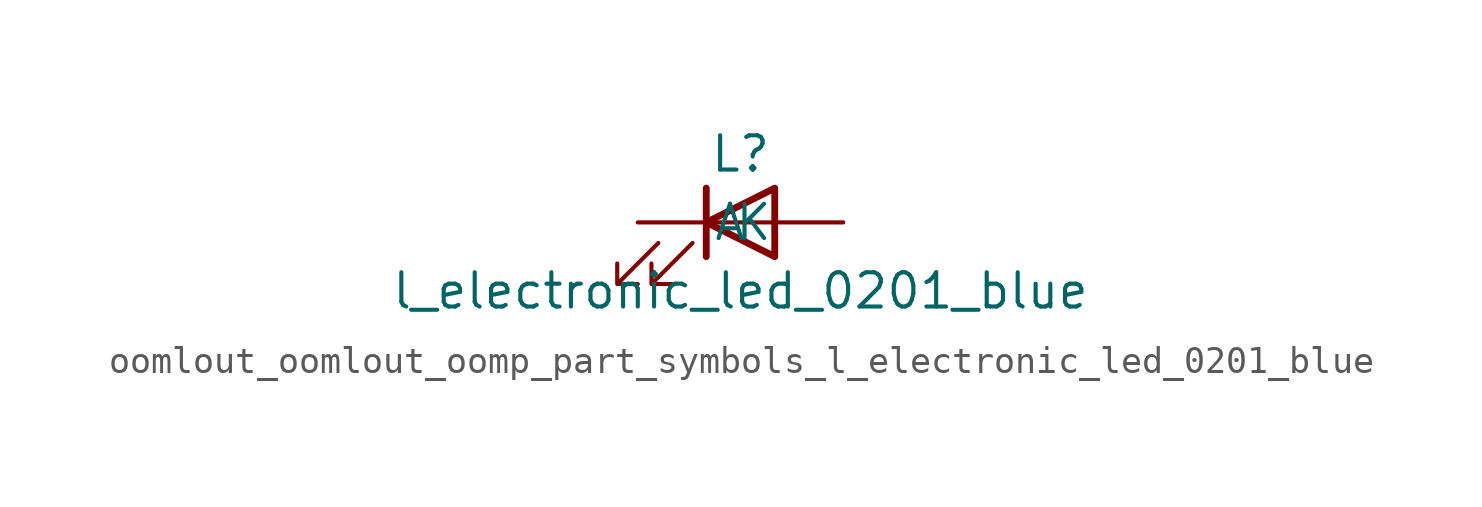
<source format=kicad_sym>
(kicad_symbol_lib
  (version 20220914)
  (generator kicad_symbol_editor)
  (symbol "oomlout_oomlout_oomp_part_symbols_l_electronic_led_0201_blue"
    (pin_numbers hide)
    (pin_names
      (offset 1.016))
    (property "Reference" "L"
      (at 0 2.54 0)
      (effects (font (size 1.27 1.27))))
    (property "Value" "l_electronic_led_0201_blue"
      (at 0 -2.54 0)
      (effects (font (size 1.27 1.27))))
    (symbol "oomlout_oomlout_oomp_part_symbols_l_electronic_led_0201_blue_0_1"
      (polyline (pts (xy -1.27 -1.27) (xy -1.27 1.27)) (stroke (width 0.254) (type default)) (fill (type none)))
      (polyline (pts (xy -1.27 0) (xy 1.27 0)) (stroke (width 0) (type default)) (fill (type none)))
      (polyline (pts (xy 1.27 -1.27) (xy 1.27 1.27) (xy -1.27 0) (xy 1.27 -1.27)) (stroke (width 0.254) (type default)) (fill (type none)))
      (polyline (pts (xy -3.048 -0.762) (xy -4.572 -2.286) (xy -3.81 -2.286) (xy -4.572 -2.286) (xy -4.572 -1.524)) (stroke (width 0) (type default)) (fill (type none)))
      (polyline (pts (xy -1.778 -0.762) (xy -3.302 -2.286) (xy -2.54 -2.286) (xy -3.302 -2.286) (xy -3.302 -1.524)) (stroke (width 0) (type default)) (fill (type none))))
    (symbol "oomlout_oomlout_oomp_part_symbols_l_electronic_led_0201_blue_1_1"
      (pin passive line (at -3.81 0 0) (length 2.54) (name "K" (effects (font (size 1.27 1.27)))) (number "1" (effects (font (size 1.27 1.27)))))
      (pin passive line (at 3.81 0 180) (length 2.54) (name "A" (effects (font (size 1.27 1.27)))) (number "2" (effects (font (size 1.27 1.27))))))))
</source>
